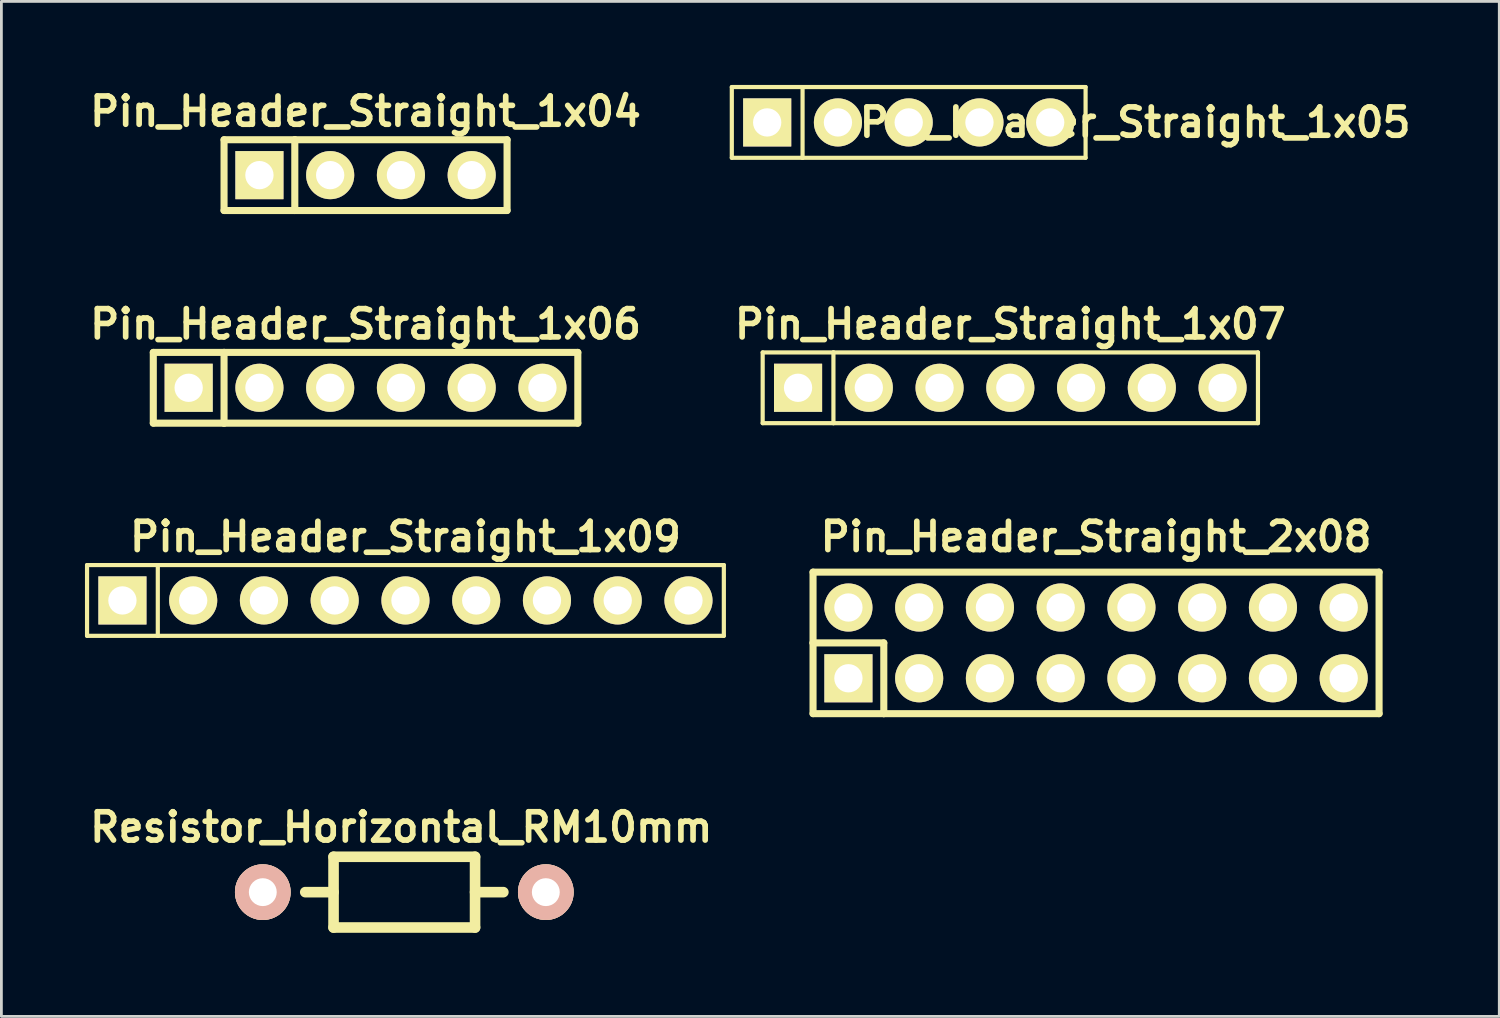
<source format=kicad_pcb>
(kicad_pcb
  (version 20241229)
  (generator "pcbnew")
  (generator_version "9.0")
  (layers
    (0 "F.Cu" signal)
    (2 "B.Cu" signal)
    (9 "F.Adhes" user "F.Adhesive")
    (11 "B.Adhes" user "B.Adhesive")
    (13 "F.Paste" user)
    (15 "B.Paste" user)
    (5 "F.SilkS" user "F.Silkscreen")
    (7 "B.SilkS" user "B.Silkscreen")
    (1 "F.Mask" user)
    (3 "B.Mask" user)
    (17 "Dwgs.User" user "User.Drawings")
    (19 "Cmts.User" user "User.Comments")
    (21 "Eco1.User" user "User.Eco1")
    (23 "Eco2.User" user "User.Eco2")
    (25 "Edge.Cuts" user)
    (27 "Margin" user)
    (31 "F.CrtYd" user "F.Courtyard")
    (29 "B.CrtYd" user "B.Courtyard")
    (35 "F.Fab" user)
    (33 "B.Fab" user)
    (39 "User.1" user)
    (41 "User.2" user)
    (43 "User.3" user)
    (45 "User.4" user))
  (footprint "Pin_Header_Straight_1x09"
    (layer "F.Cu")
    (at 11.505 18.505)
    (property "Reference" "Pin_Header_Straight_1x09" (at 0 -2.286 0) (layer "F.SilkS") (effects (font (size 1.016 1.016) (thickness 0.203))))
    (attr through_hole)
    (fp_line (start -11.43 -1.27) (end -11.43 1.27) (stroke (width 0.15) (type solid)) (layer "F.SilkS"))
    (fp_line (start -11.43 -1.27) (end -8.89 -1.27) (stroke (width 0.15) (type solid)) (layer "F.SilkS"))
    (fp_line (start -11.43 1.27) (end -8.89 1.27) (stroke (width 0.15) (type solid)) (layer "F.SilkS"))
    (fp_line (start -8.89 -1.27) (end -8.89 1.27) (stroke (width 0.15) (type solid)) (layer "F.SilkS"))
    (fp_line (start -8.89 -1.27) (end 11.43 -1.27) (stroke (width 0.15) (type solid)) (layer "F.SilkS"))
    (fp_line (start 11.43 -1.27) (end 11.43 1.27) (stroke (width 0.15) (type solid)) (layer "F.SilkS"))
    (fp_line (start 11.43 1.27) (end -8.89 1.27) (stroke (width 0.15) (type solid)) (layer "F.SilkS"))
    (pad "1" thru_hole rect (at -10.16 0) (size 1.727 1.727) (drill 1.016) (layers "*.Cu" "*.Mask" "F.SilkS"))
    (pad "2" thru_hole circle (at -7.62 0) (size 1.727 1.727) (drill 1.016) (layers "*.Cu" "*.Mask" "F.SilkS"))
    (pad "3" thru_hole circle (at -5.08 0) (size 1.727 1.727) (drill 1.016) (layers "*.Cu" "*.Mask" "F.SilkS"))
    (pad "4" thru_hole circle (at -2.54 0) (size 1.727 1.727) (drill 1.016) (layers "*.Cu" "*.Mask" "F.SilkS"))
    (pad "5" thru_hole circle (at 0 0) (size 1.727 1.727) (drill 1.016) (layers "*.Cu" "*.Mask" "F.SilkS"))
    (pad "6" thru_hole circle (at 2.54 0) (size 1.727 1.727) (drill 1.016) (layers "*.Cu" "*.Mask" "F.SilkS"))
    (pad "7" thru_hole circle (at 5.08 0) (size 1.727 1.727) (drill 1.016) (layers "*.Cu" "*.Mask" "F.SilkS"))
    (pad "8" thru_hole circle (at 7.62 0) (size 1.727 1.727) (drill 1.016) (layers "*.Cu" "*.Mask" "F.SilkS"))
    (pad "9" thru_hole circle (at 10.16 0) (size 1.727 1.727) (drill 1.016) (layers "*.Cu" "*.Mask" "F.SilkS")))
  (footprint "Pin_Header_Straight_1x07"
    (layer "F.Cu")
    (at 33.219 10.871)
    (property "Reference" "Pin_Header_Straight_1x07" (at 0 -2.286 0) (layer "F.SilkS") (effects (font (size 1.016 1.016) (thickness 0.203))))
    (attr through_hole)
    (fp_line (start -8.89 -1.27) (end -8.89 1.27) (stroke (width 0.15) (type solid)) (layer "F.SilkS"))
    (fp_line (start -8.89 -1.27) (end -6.35 -1.27) (stroke (width 0.15) (type solid)) (layer "F.SilkS"))
    (fp_line (start -8.89 1.27) (end -6.35 1.27) (stroke (width 0.15) (type solid)) (layer "F.SilkS"))
    (fp_line (start -6.35 -1.27) (end -6.35 1.27) (stroke (width 0.15) (type solid)) (layer "F.SilkS"))
    (fp_line (start -6.35 -1.27) (end 8.89 -1.27) (stroke (width 0.15) (type solid)) (layer "F.SilkS"))
    (fp_line (start 8.89 -1.27) (end 8.89 1.27) (stroke (width 0.15) (type solid)) (layer "F.SilkS"))
    (fp_line (start 8.89 1.27) (end -6.35 1.27) (stroke (width 0.15) (type solid)) (layer "F.SilkS"))
    (pad "1" thru_hole rect (at -7.62 0) (size 1.727 1.727) (drill 1.016) (layers "*.Cu" "*.Mask" "F.SilkS"))
    (pad "2" thru_hole circle (at -5.08 0) (size 1.727 1.727) (drill 1.016) (layers "*.Cu" "*.Mask" "F.SilkS"))
    (pad "3" thru_hole circle (at -2.54 0) (size 1.727 1.727) (drill 1.016) (layers "*.Cu" "*.Mask" "F.SilkS"))
    (pad "4" thru_hole circle (at 0 0) (size 1.727 1.727) (drill 1.016) (layers "*.Cu" "*.Mask" "F.SilkS"))
    (pad "5" thru_hole circle (at 2.54 0) (size 1.727 1.727) (drill 1.016) (layers "*.Cu" "*.Mask" "F.SilkS"))
    (pad "6" thru_hole circle (at 5.08 0) (size 1.727 1.727) (drill 1.016) (layers "*.Cu" "*.Mask" "F.SilkS"))
    (pad "7" thru_hole circle (at 7.62 0) (size 1.727 1.727) (drill 1.016) (layers "*.Cu" "*.Mask" "F.SilkS")))
  (footprint "Pin_Header_Straight_1x04"
    (layer "F.Cu")
    (at 10.073 3.237)
    (property "Reference" "Pin_Header_Straight_1x04" (at 0 -2.286 0) (layer "F.SilkS") (effects (font (size 1.016 1.016) (thickness 0.203))))
    (attr through_hole)
    (fp_line (start -5.08 -1.27) (end -5.08 1.27) (stroke (width 0.254) (type solid)) (layer "F.SilkS"))
    (fp_line (start -5.08 -1.27) (end -2.54 -1.27) (stroke (width 0.254) (type solid)) (layer "F.SilkS"))
    (fp_line (start -5.08 1.27) (end -2.54 1.27) (stroke (width 0.254) (type solid)) (layer "F.SilkS"))
    (fp_line (start -2.54 -1.27) (end -2.54 1.27) (stroke (width 0.254) (type solid)) (layer "F.SilkS"))
    (fp_line (start -2.54 -1.27) (end 5.08 -1.27) (stroke (width 0.254) (type solid)) (layer "F.SilkS"))
    (fp_line (start -2.54 1.27) (end 5.08 1.27) (stroke (width 0.254) (type solid)) (layer "F.SilkS"))
    (fp_line (start 5.08 1.27) (end 5.08 -1.27) (stroke (width 0.254) (type solid)) (layer "F.SilkS"))
    (pad "1" thru_hole rect (at -3.81 0) (size 1.727 1.727) (drill 1.016) (layers "*.Cu" "*.Mask" "F.SilkS"))
    (pad "2" thru_hole oval (at -1.27 0) (size 1.727 1.727) (drill 1.016) (layers "*.Cu" "*.Mask" "F.SilkS"))
    (pad "3" thru_hole oval (at 1.27 0) (size 1.727 1.727) (drill 1.016) (layers "*.Cu" "*.Mask" "F.SilkS"))
    (pad "4" thru_hole oval (at 3.81 0) (size 1.727 1.727) (drill 1.016) (layers "*.Cu" "*.Mask" "F.SilkS")))
  (footprint "Pin_Header_Straight_1x06"
    (layer "F.Cu")
    (at 10.073 10.871)
    (property "Reference" "Pin_Header_Straight_1x06" (at 0 -2.286 0) (layer "F.SilkS") (effects (font (size 1.016 1.016) (thickness 0.203))))
    (attr through_hole)
    (fp_line (start -7.62 -1.27) (end -7.62 1.27) (stroke (width 0.254) (type solid)) (layer "F.SilkS"))
    (fp_line (start -7.62 -1.27) (end -5.08 -1.27) (stroke (width 0.254) (type solid)) (layer "F.SilkS"))
    (fp_line (start -7.62 1.27) (end -5.08 1.27) (stroke (width 0.254) (type solid)) (layer "F.SilkS"))
    (fp_line (start -5.08 -1.27) (end -5.08 1.27) (stroke (width 0.254) (type solid)) (layer "F.SilkS"))
    (fp_line (start -5.08 -1.27) (end 7.62 -1.27) (stroke (width 0.254) (type solid)) (layer "F.SilkS"))
    (fp_line (start 7.62 -1.27) (end 7.62 1.27) (stroke (width 0.254) (type solid)) (layer "F.SilkS"))
    (fp_line (start 7.62 1.27) (end -5.08 1.27) (stroke (width 0.254) (type solid)) (layer "F.SilkS"))
    (pad "1" thru_hole rect (at -6.35 0) (size 1.727 1.727) (drill 1.016) (layers "*.Cu" "*.Mask" "F.SilkS"))
    (pad "2" thru_hole circle (at -3.81 0) (size 1.727 1.727) (drill 1.016) (layers "*.Cu" "*.Mask" "F.SilkS"))
    (pad "3" thru_hole circle (at -1.27 0) (size 1.727 1.727) (drill 1.016) (layers "*.Cu" "*.Mask" "F.SilkS"))
    (pad "4" thru_hole circle (at 1.27 0) (size 1.727 1.727) (drill 1.016) (layers "*.Cu" "*.Mask" "F.SilkS"))
    (pad "5" thru_hole circle (at 3.81 0) (size 1.727 1.727) (drill 1.016) (layers "*.Cu" "*.Mask" "F.SilkS"))
    (pad "6" thru_hole circle (at 6.35 0) (size 1.727 1.727) (drill 1.016) (layers "*.Cu" "*.Mask" "F.SilkS")))
  (footprint "Pin_Header_Straight_2x08"
    (layer "F.Cu")
    (at 36.297 20.029)
    (property "Reference" "Pin_Header_Straight_2x08" (at 0 -3.81 0) (layer "F.SilkS") (effects (font (size 1.016 1.016) (thickness 0.203))))
    (attr through_hole)
    (fp_line (start -10.16 -2.54) (end -10.16 0) (stroke (width 0.254) (type solid)) (layer "F.SilkS"))
    (fp_line (start -10.16 0) (end -7.62 0) (stroke (width 0.254) (type solid)) (layer "F.SilkS"))
    (fp_line (start -10.16 2.54) (end -10.16 0) (stroke (width 0.254) (type solid)) (layer "F.SilkS"))
    (fp_line (start -10.16 2.54) (end -7.62 2.54) (stroke (width 0.254) (type solid)) (layer "F.SilkS"))
    (fp_line (start -7.62 0) (end -7.62 2.54) (stroke (width 0.254) (type solid)) (layer "F.SilkS"))
    (fp_line (start -7.62 2.54) (end 10.16 2.54) (stroke (width 0.254) (type solid)) (layer "F.SilkS"))
    (fp_line (start 10.16 -2.54) (end -10.16 -2.54) (stroke (width 0.254) (type solid)) (layer "F.SilkS"))
    (fp_line (start 10.16 -2.54) (end 10.16 2.54) (stroke (width 0.254) (type solid)) (layer "F.SilkS"))
    (pad "1" thru_hole rect (at -8.89 1.27) (size 1.727 1.727) (drill 1.016) (layers "*.Cu" "*.Mask" "F.SilkS"))
    (pad "2" thru_hole oval (at -8.89 -1.27) (size 1.727 1.727) (drill 1.016) (layers "*.Cu" "*.Mask" "F.SilkS"))
    (pad "3" thru_hole oval (at -6.35 1.27) (size 1.727 1.727) (drill 1.016) (layers "*.Cu" "*.Mask" "F.SilkS"))
    (pad "4" thru_hole oval (at -6.35 -1.27) (size 1.727 1.727) (drill 1.016) (layers "*.Cu" "*.Mask" "F.SilkS"))
    (pad "5" thru_hole oval (at -3.81 1.27) (size 1.727 1.727) (drill 1.016) (layers "*.Cu" "*.Mask" "F.SilkS"))
    (pad "6" thru_hole oval (at -3.81 -1.27) (size 1.727 1.727) (drill 1.016) (layers "*.Cu" "*.Mask" "F.SilkS"))
    (pad "7" thru_hole oval (at -1.27 1.27) (size 1.727 1.727) (drill 1.016) (layers "*.Cu" "*.Mask" "F.SilkS"))
    (pad "8" thru_hole oval (at -1.27 -1.27) (size 1.727 1.727) (drill 1.016) (layers "*.Cu" "*.Mask" "F.SilkS"))
    (pad "9" thru_hole oval (at 1.27 1.27) (size 1.727 1.727) (drill 1.016) (layers "*.Cu" "*.Mask" "F.SilkS"))
    (pad "10" thru_hole oval (at 1.27 -1.27) (size 1.727 1.727) (drill 1.016) (layers "*.Cu" "*.Mask" "F.SilkS"))
    (pad "11" thru_hole oval (at 3.81 1.27) (size 1.727 1.727) (drill 1.016) (layers "*.Cu" "*.Mask" "F.SilkS"))
    (pad "12" thru_hole oval (at 3.81 -1.27) (size 1.727 1.727) (drill 1.016) (layers "*.Cu" "*.Mask" "F.SilkS"))
    (pad "13" thru_hole oval (at 6.35 1.27) (size 1.727 1.727) (drill 1.016) (layers "*.Cu" "*.Mask" "F.SilkS"))
    (pad "14" thru_hole oval (at 6.35 -1.27) (size 1.727 1.727) (drill 1.016) (layers "*.Cu" "*.Mask" "F.SilkS"))
    (pad "15" thru_hole oval (at 8.89 1.27) (size 1.727 1.727) (drill 1.016) (layers "*.Cu" "*.Mask" "F.SilkS"))
    (pad "16" thru_hole oval (at 8.89 -1.27) (size 1.727 1.727) (drill 1.016) (layers "*.Cu" "*.Mask" "F.SilkS")))
  (footprint "Resistor_Horizontal_RM10mm"
    (layer "F.Cu")
    (at 11.385 28.977)
    (property "Reference" "Resistor_Horizontal_RM10mm" (at -0.03 -2.33 0) (layer "F.SilkS") (effects (font (size 1.016 1.016) (thickness 0.203))))
    (attr through_hole)
    (fp_line (start -2.461 -1.27) (end 2.619 -1.27) (stroke (width 0.381) (type solid)) (layer "F.SilkS"))
    (fp_line (start -2.461 0) (end -3.477 0) (stroke (width 0.381) (type solid)) (layer "F.SilkS"))
    (fp_line (start -2.461 1.27) (end -2.461 -1.27) (stroke (width 0.381) (type solid)) (layer "F.SilkS"))
    (fp_line (start 2.619 -1.27) (end 2.619 1.27) (stroke (width 0.381) (type solid)) (layer "F.SilkS"))
    (fp_line (start 2.619 0) (end 3.635 0) (stroke (width 0.381) (type solid)) (layer "F.SilkS"))
    (fp_line (start 2.619 1.27) (end -2.461 1.27) (stroke (width 0.381) (type solid)) (layer "F.SilkS"))
    (pad "1" thru_hole circle (at -5.001 0) (size 1.999 1.999) (drill 1.001) (layers "*.Cu" "*.SilkS" "*.Mask"))
    (pad "2" thru_hole circle (at 5.159 0) (size 1.999 1.999) (drill 1.001) (layers "*.Cu" "*.SilkS" "*.Mask")))
  (footprint "Pin_Header_Straight_1x05"
    (layer "F.Cu")
    (at 29.571 1.345)
    (property "Reference" "Pin_Header_Straight_1x05" (at 8.128 0 0) (layer "F.SilkS") (effects (font (size 1.016 1.016) (thickness 0.203))))
    (attr through_hole)
    (fp_line (start -6.35 -1.27) (end -6.35 1.27) (stroke (width 0.15) (type solid)) (layer "F.SilkS"))
    (fp_line (start -6.35 -1.27) (end -3.81 -1.27) (stroke (width 0.15) (type solid)) (layer "F.SilkS"))
    (fp_line (start -6.35 1.27) (end -3.81 1.27) (stroke (width 0.15) (type solid)) (layer "F.SilkS"))
    (fp_line (start -3.81 -1.27) (end -3.81 1.27) (stroke (width 0.15) (type solid)) (layer "F.SilkS"))
    (fp_line (start -3.81 -1.27) (end 6.35 -1.27) (stroke (width 0.15) (type solid)) (layer "F.SilkS"))
    (fp_line (start 6.35 -1.27) (end 6.35 1.27) (stroke (width 0.15) (type solid)) (layer "F.SilkS"))
    (fp_line (start 6.35 1.27) (end -3.81 1.27) (stroke (width 0.15) (type solid)) (layer "F.SilkS"))
    (pad "1" thru_hole rect (at -5.08 0) (size 1.727 1.727) (drill 1.016) (layers "*.Cu" "*.Mask" "F.SilkS"))
    (pad "2" thru_hole circle (at -2.54 0) (size 1.727 1.727) (drill 1.016) (layers "*.Cu" "*.Mask" "F.SilkS"))
    (pad "3" thru_hole circle (at 0 0) (size 1.727 1.727) (drill 1.016) (layers "*.Cu" "*.Mask" "F.SilkS"))
    (pad "4" thru_hole circle (at 2.54 0) (size 1.727 1.727) (drill 1.016) (layers "*.Cu" "*.Mask" "F.SilkS"))
    (pad "5" thru_hole circle (at 5.08 0) (size 1.727 1.727) (drill 1.016) (layers "*.Cu" "*.Mask" "F.SilkS")))
  (gr_rect
    (start -3 -3)
    (end 50.772 33.437)
    (stroke (width 0.1) (type default))
    (fill no)
    (layer "Edge.Cuts")))
</source>
